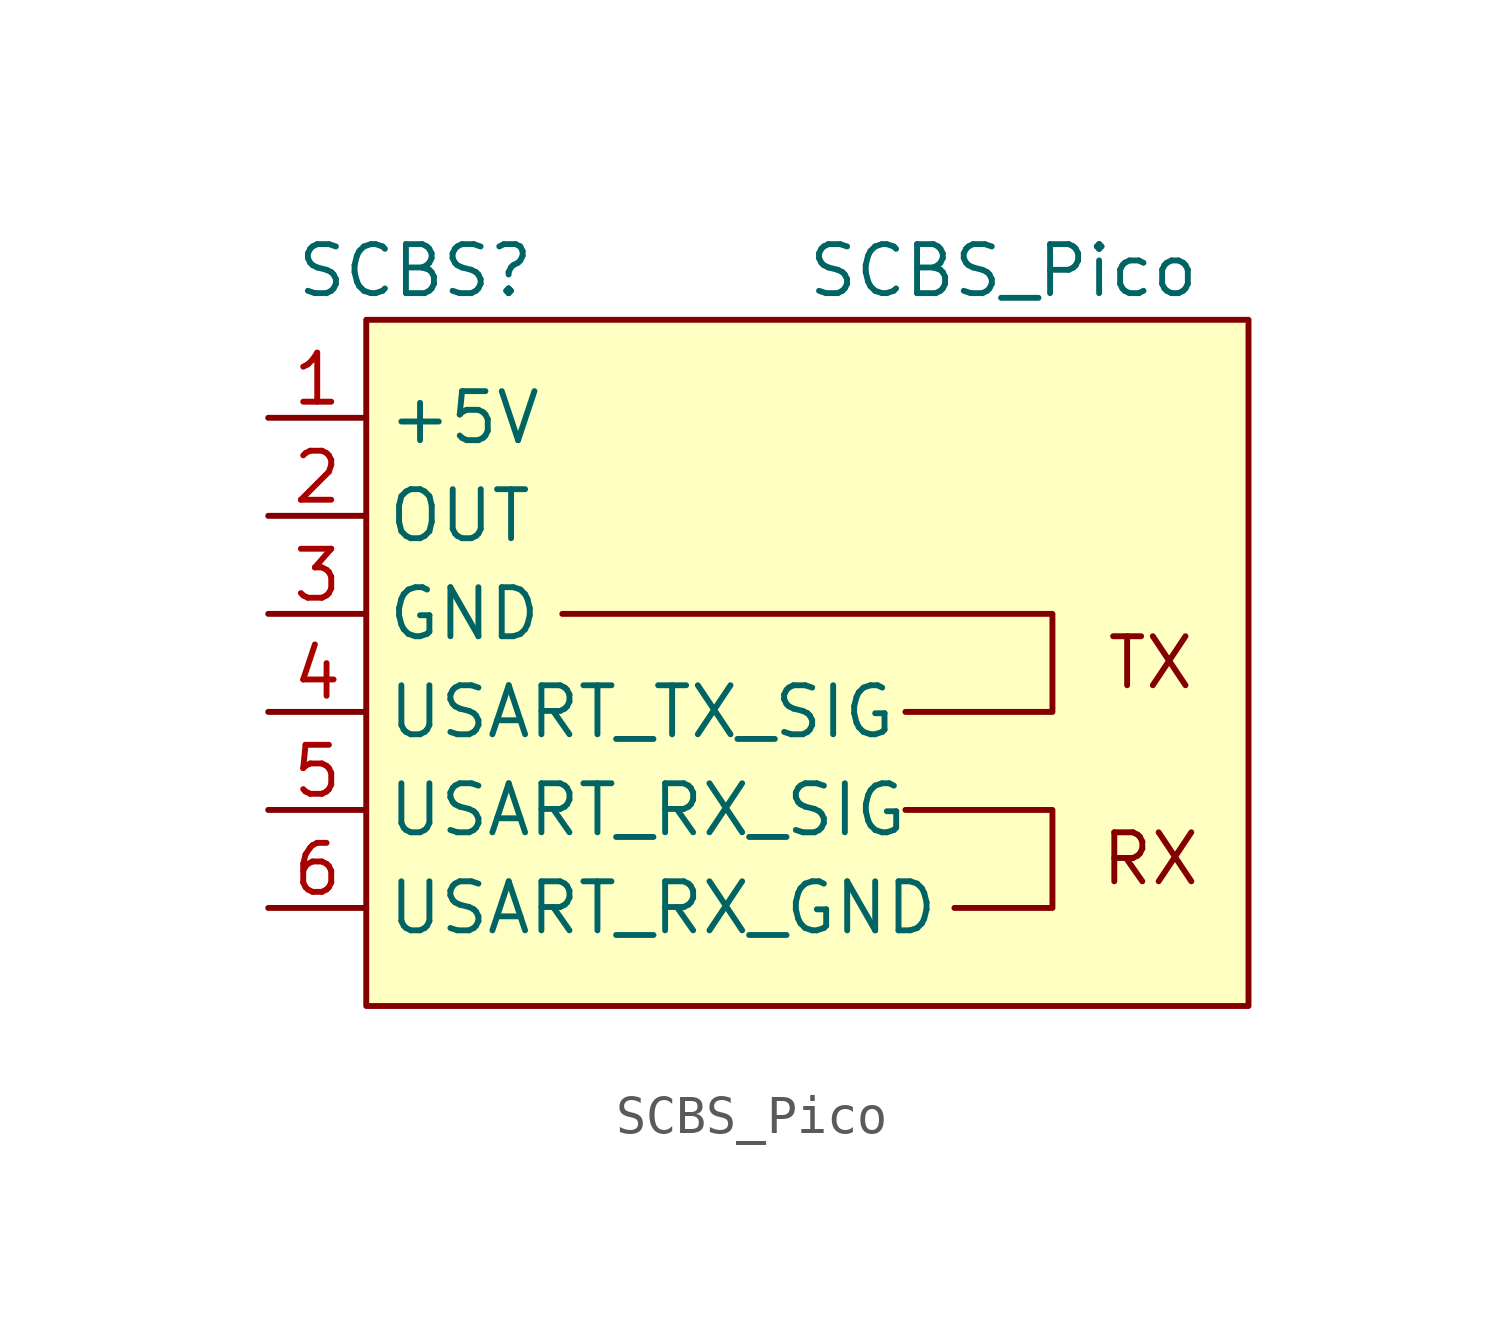
<source format=kicad_sym>
(kicad_symbol_lib
  (version 20211014)
  (generator kicad_symbol_editor)
  (symbol "SCBS_Pico"
    (property "Reference" "SCBS"
      (at 1.27 3.81 0)
      (effects (font (size 1.27 1.27))))
    (property "Value" "SCBS_Pico"
      (at 16.51 3.81 0)
      (effects (font (size 1.27 1.27))))
    (symbol "SCBS_Pico_0_0"
      (rectangle (start 0 2.54) (end 22.86 -15.24) (stroke (width 0) (type default) (color 0 0 0 0)) (fill (type background)))
      (text "RX" (at 20.32 -11.43 0) (effects (font (size 1.27 1.27))))
      (text "TX" (at 20.32 -6.35 0) (effects (font (size 1.27 1.27)))))
    (symbol "SCBS_Pico_0_1"
      (polyline (pts (xy 5.08 -5.08) (xy 17.78 -5.08) (xy 17.78 -7.62) (xy 13.97 -7.62)) (stroke (width 0) (type default) (color 0 0 0 0)) (fill (type none)))
      (polyline (pts (xy 13.97 -10.16) (xy 17.78 -10.16) (xy 17.78 -12.7) (xy 15.24 -12.7)) (stroke (width 0) (type default) (color 0 0 0 0)) (fill (type none))))
    (symbol "SCBS_Pico_1_1"
      (pin power_in line (at -2.54 0 0) (length 2.54) (name "+5V" (effects (font (size 1.27 1.27)))) (number "1" (effects (font (size 1.27 1.27)))))
      (pin output line (at -2.54 -2.54 0) (length 2.54) (name "OUT" (effects (font (size 1.27 1.27)))) (number "2" (effects (font (size 1.27 1.27)))))
      (pin power_in line (at -2.54 -5.08 0) (length 2.54) (name "GND" (effects (font (size 1.27 1.27)))) (number "3" (effects (font (size 1.27 1.27)))))
      (pin output line (at -2.54 -7.62 0) (length 2.54) (name "USART_TX_SIG" (effects (font (size 1.27 1.27)))) (number "4" (effects (font (size 1.27 1.27)))))
      (pin input line (at -2.54 -10.16 0) (length 2.54) (name "USART_RX_SIG" (effects (font (size 1.27 1.27)))) (number "5" (effects (font (size 1.27 1.27)))))
      (pin power_in line (at -2.54 -12.7 0) (length 2.54) (name "USART_RX_GND" (effects (font (size 1.27 1.27)))) (number "6" (effects (font (size 1.27 1.27))))))))
</source>
